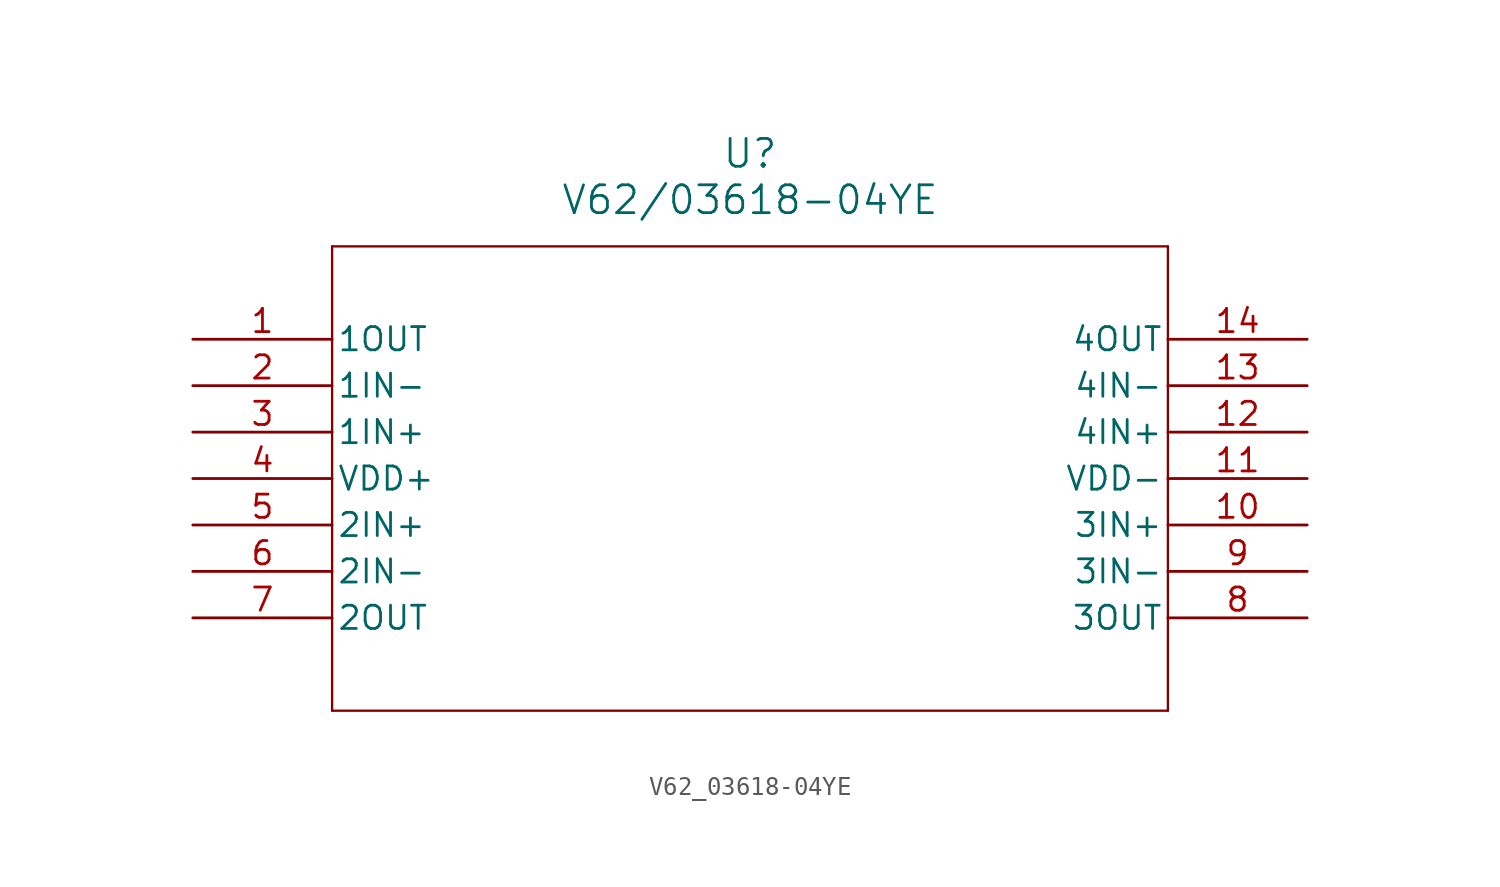
<source format=kicad_sym>
(kicad_symbol_lib
  (version 20211014)
  (generator kicad_symbol_editor)
  (symbol "V62_03618-04YE"
    (pin_names
      (offset 0.254))
    (property "Reference" "U"
      (at 30.48 10.16 0)
      (effects (font (size 1.524 1.524))))
    (property "Value" "V62/03618-04YE"
      (at 30.48 7.62 0)
      (effects (font (size 1.524 1.524))))
    (symbol "V62_03618-04YE_0_1"
      (polyline (pts (xy 7.62 5.08) (xy 7.62 -20.32)) (stroke (width 0.127) (type default) (color 0 0 0 0)) (fill (type none)))
      (polyline (pts (xy 7.62 -20.32) (xy 53.34 -20.32)) (stroke (width 0.127) (type default) (color 0 0 0 0)) (fill (type none)))
      (polyline (pts (xy 53.34 -20.32) (xy 53.34 5.08)) (stroke (width 0.127) (type default) (color 0 0 0 0)) (fill (type none)))
      (polyline (pts (xy 53.34 5.08) (xy 7.62 5.08)) (stroke (width 0.127) (type default) (color 0 0 0 0)) (fill (type none)))
      (pin output line (at 0 0 0) (length 7.62) (name "1OUT" (effects (font (size 1.27 1.27)))) (number "1" (effects (font (size 1.27 1.27)))))
      (pin input line (at 0 -2.54 0) (length 7.62) (name "1IN-" (effects (font (size 1.27 1.27)))) (number "2" (effects (font (size 1.27 1.27)))))
      (pin input line (at 0 -5.08 0) (length 7.62) (name "1IN+" (effects (font (size 1.27 1.27)))) (number "3" (effects (font (size 1.27 1.27)))))
      (pin power_in line (at 0 -7.62 0) (length 7.62) (name "VDD+" (effects (font (size 1.27 1.27)))) (number "4" (effects (font (size 1.27 1.27)))))
      (pin input line (at 0 -10.16 0) (length 7.62) (name "2IN+" (effects (font (size 1.27 1.27)))) (number "5" (effects (font (size 1.27 1.27)))))
      (pin input line (at 0 -12.7 0) (length 7.62) (name "2IN-" (effects (font (size 1.27 1.27)))) (number "6" (effects (font (size 1.27 1.27)))))
      (pin output line (at 0 -15.24 0) (length 7.62) (name "2OUT" (effects (font (size 1.27 1.27)))) (number "7" (effects (font (size 1.27 1.27)))))
      (pin output line (at 60.96 -15.24 180) (length 7.62) (name "3OUT" (effects (font (size 1.27 1.27)))) (number "8" (effects (font (size 1.27 1.27)))))
      (pin input line (at 60.96 -12.7 180) (length 7.62) (name "3IN-" (effects (font (size 1.27 1.27)))) (number "9" (effects (font (size 1.27 1.27)))))
      (pin input line (at 60.96 -10.16 180) (length 7.62) (name "3IN+" (effects (font (size 1.27 1.27)))) (number "10" (effects (font (size 1.27 1.27)))))
      (pin power_in line (at 60.96 -7.62 180) (length 7.62) (name "VDD-" (effects (font (size 1.27 1.27)))) (number "11" (effects (font (size 1.27 1.27)))))
      (pin input line (at 60.96 -5.08 180) (length 7.62) (name "4IN+" (effects (font (size 1.27 1.27)))) (number "12" (effects (font (size 1.27 1.27)))))
      (pin input line (at 60.96 -2.54 180) (length 7.62) (name "4IN-" (effects (font (size 1.27 1.27)))) (number "13" (effects (font (size 1.27 1.27)))))
      (pin output line (at 60.96 0 180) (length 7.62) (name "4OUT" (effects (font (size 1.27 1.27)))) (number "14" (effects (font (size 1.27 1.27))))))))
</source>
